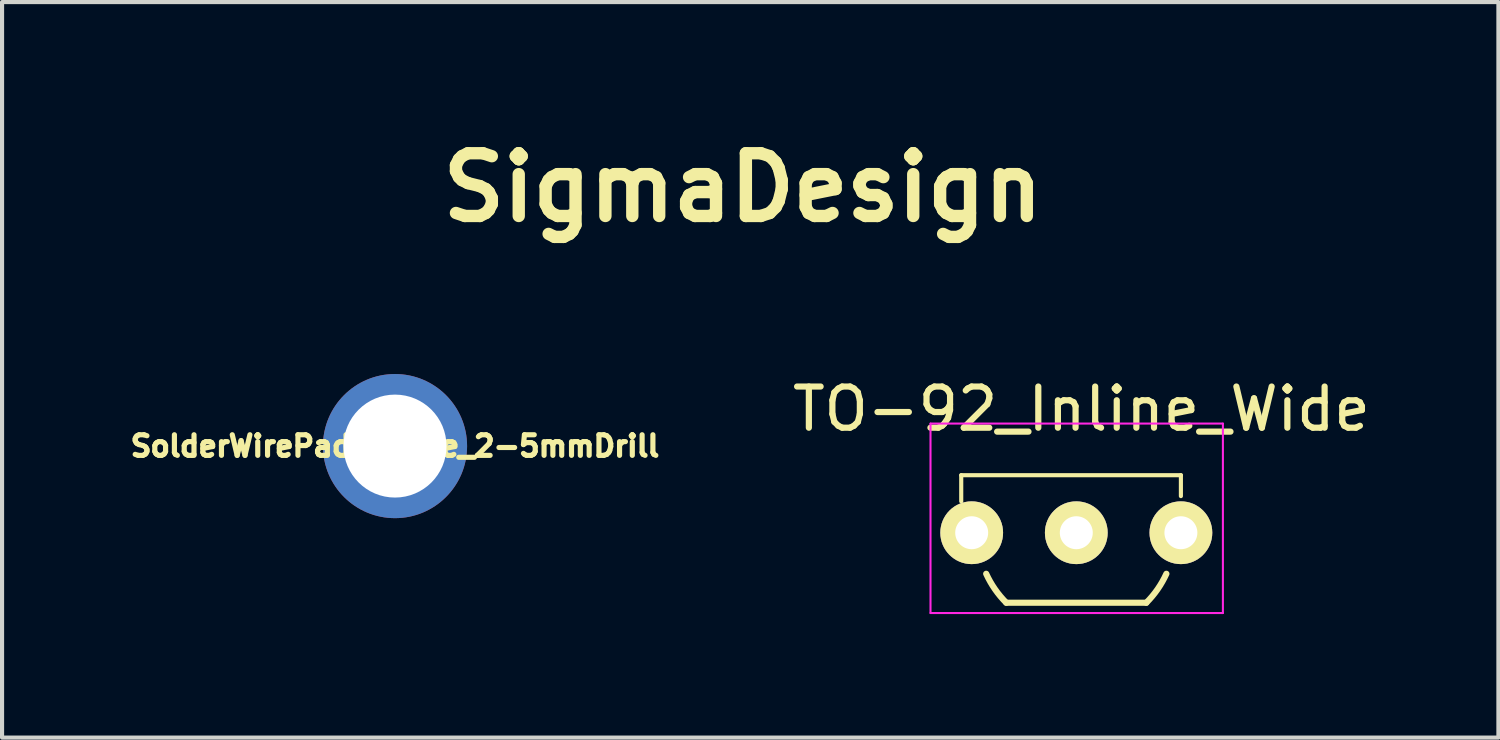
<source format=kicad_pcb>
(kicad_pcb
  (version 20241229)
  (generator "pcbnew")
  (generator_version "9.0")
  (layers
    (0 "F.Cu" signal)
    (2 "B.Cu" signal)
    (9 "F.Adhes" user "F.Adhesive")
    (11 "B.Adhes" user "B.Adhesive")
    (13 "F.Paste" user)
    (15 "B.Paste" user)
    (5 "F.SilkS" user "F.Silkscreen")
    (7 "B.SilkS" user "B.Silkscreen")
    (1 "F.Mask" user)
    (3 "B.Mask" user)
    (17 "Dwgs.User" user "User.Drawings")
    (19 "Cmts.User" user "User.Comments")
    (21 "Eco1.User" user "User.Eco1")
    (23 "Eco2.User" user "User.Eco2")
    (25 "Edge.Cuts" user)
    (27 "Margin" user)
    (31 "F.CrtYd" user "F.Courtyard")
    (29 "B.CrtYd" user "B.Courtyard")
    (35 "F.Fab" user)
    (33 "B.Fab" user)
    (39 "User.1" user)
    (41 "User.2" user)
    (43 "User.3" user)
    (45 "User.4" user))
  (footprint "SigmaDesign"
    (layer "F.Cu")
    (at 14.989 1.505)
    (property "Reference" "SigmaDesign" (at 0 0 0) (layer "F.SilkS") (effects (font (size 1.524 1.524) (thickness 0.3))))
    (attr through_hole)
    (fp_poly (pts (xy -7.052 1.494) (xy -7.71 1.494) (xy -7.71 -1.494) (xy -7.052 -1.494) (xy -7.052 1.494)) (stroke (width 0.01) (type solid)) (fill yes) (layer "F.Mask"))
    (fp_poly (pts (xy 9.024 1.494) (xy 8.606 1.494) (xy 8.606 -1.494) (xy 9.024 -1.494) (xy 9.024 1.494)) (stroke (width 0.01) (type solid)) (fill yes) (layer "F.Mask"))
    (fp_poly (pts (xy 6.395 -1.136) (xy 5.2 -1.136) (xy 5.2 -0.299) (xy 6.395 -0.299) (xy 6.395 0.06) (xy 5.2 0.06) (xy 5.2 1.136) (xy 6.395 1.136) (xy 6.395 1.494) (xy 4.781 1.494) (xy 4.781 -1.494) (xy 6.395 -1.494) (xy 6.395 -1.136)) (stroke (width 0.01) (type solid)) (fill yes) (layer "F.Mask"))
    (fp_poly (pts (xy 15.061 1.523) (xy 12.879 -0.657) (xy 12.897 0.419) (xy 12.914 1.494) (xy 12.491 1.494) (xy 12.491 0) (xy 12.493 -0.408) (xy 12.498 -0.774) (xy 12.506 -1.082) (xy 12.516 -1.314) (xy 12.528 -1.456) (xy 12.539 -1.494) (xy 12.593 -1.453) (xy 12.718 -1.339) (xy 12.904 -1.161) (xy 13.137 -0.933) (xy 13.407 -0.665) (xy 13.645 -0.426) (xy 14.702 0.641) (xy 14.702 -1.494) (xy 15.061 -1.494) (xy 15.061 1.523)) (stroke (width 0.01) (type solid)) (fill yes) (layer "F.Mask"))
    (fp_poly (pts (xy -14.09 0.579) (xy -13.961 0.648) (xy -13.807 0.746) (xy -13.628 0.857) (xy -13.403 0.984) (xy -13.159 1.112) (xy -12.924 1.228) (xy -12.725 1.318) (xy -12.589 1.368) (xy -12.556 1.375) (xy -12.473 1.418) (xy -12.461 1.434) (xy -12.486 1.471) (xy -12.599 1.49) (xy -12.768 1.491) (xy -12.962 1.477) (xy -13.152 1.449) (xy -13.305 1.408) (xy -13.325 1.4) (xy -13.518 1.299) (xy -13.71 1.174) (xy -13.723 1.164) (xy -13.848 1.048) (xy -13.975 0.9) (xy -14.081 0.749) (xy -14.146 0.626) (xy -14.15 0.563) (xy -14.09 0.579)) (stroke (width 0.01) (type solid)) (fill yes) (layer "F.Mask"))
    (fp_poly (pts (xy 3.225 -1.466) (xy 3.61 -1.384) (xy 3.92 -1.229) (xy 4.165 -0.994) (xy 4.32 -0.754) (xy 4.39 -0.595) (xy 4.431 -0.42) (xy 4.448 -0.189) (xy 4.451 0) (xy 4.419 0.425) (xy 4.318 0.764) (xy 4.137 1.036) (xy 3.865 1.258) (xy 3.705 1.35) (xy 3.554 1.402) (xy 3.336 1.444) (xy 3.078 1.474) (xy 2.81 1.492) (xy 2.558 1.495) (xy 2.351 1.483) (xy 2.216 1.453) (xy 2.181 1.425) (xy 2.173 1.344) (xy 2.166 1.161) (xy 2.166 1.152) (xy 2.57 1.152) (xy 2.983 1.122) (xy 3.273 1.083) (xy 3.508 1.018) (xy 3.59 0.98) (xy 3.791 0.839) (xy 3.923 0.682) (xy 3.998 0.478) (xy 4.03 0.2) (xy 4.034 0.011) (xy 4.03 -0.255) (xy 4.013 -0.435) (xy 3.975 -0.565) (xy 3.911 -0.679) (xy 3.891 -0.709) (xy 3.664 -0.927) (xy 3.355 -1.071) (xy 2.984 -1.133) (xy 2.914 -1.134) (xy 2.57 -1.136) (xy 2.57 1.152) (xy 2.166 1.152) (xy 2.163 0.894) (xy 2.162 0.561) (xy 2.163 0.181) (xy 2.165 -0.061) (xy 2.181 -1.464) (xy 2.749 -1.482) (xy 3.225 -1.466)) (stroke (width 0.01) (type solid)) (fill yes) (layer "F.Mask"))
    (fp_poly (pts (xy -8.546 -1.458) (xy -8.272 -1.351) (xy -8.133 -1.232) (xy -8.098 -1.157) (xy -8.127 -1.064) (xy -8.219 -0.93) (xy -8.38 -0.719) (xy -8.531 -0.837) (xy -8.707 -0.931) (xy -8.882 -0.952) (xy -9.026 -0.909) (xy -9.114 -0.811) (xy -9.117 -0.666) (xy -9.115 -0.659) (xy -9.049 -0.571) (xy -8.907 -0.443) (xy -8.717 -0.3) (xy -8.648 -0.253) (xy -8.43 -0.096) (xy -8.237 0.068) (xy -8.103 0.207) (xy -8.084 0.233) (xy -7.973 0.499) (xy -7.963 0.782) (xy -8.048 1.051) (xy -8.219 1.277) (xy -8.371 1.385) (xy -8.638 1.473) (xy -8.955 1.496) (xy -9.273 1.455) (xy -9.532 1.357) (xy -9.716 1.222) (xy -9.782 1.084) (xy -9.732 0.933) (xy -9.627 0.811) (xy -9.447 0.639) (xy -9.34 0.77) (xy -9.202 0.872) (xy -9.016 0.933) (xy -8.83 0.944) (xy -8.696 0.897) (xy -8.602 0.76) (xy -8.625 0.603) (xy -8.764 0.429) (xy -9.019 0.237) (xy -9.158 0.152) (xy -9.44 -0.036) (xy -9.62 -0.227) (xy -9.715 -0.445) (xy -9.742 -0.699) (xy -9.734 -0.901) (xy -9.695 -1.038) (xy -9.603 -1.165) (xy -9.51 -1.262) (xy -9.372 -1.391) (xy -9.257 -1.461) (xy -9.117 -1.489) (xy -8.909 -1.494) (xy -8.546 -1.458)) (stroke (width 0.01) (type solid)) (fill yes) (layer "F.Mask"))
    (fp_poly (pts (xy -5.128 -1.486) (xy -4.862 -1.436) (xy -4.763 -1.398) (xy -4.603 -1.3) (xy -4.442 -1.175) (xy -4.313 -1.053) (xy -4.246 -0.958) (xy -4.243 -0.942) (xy -4.286 -0.87) (xy -4.387 -0.766) (xy -4.508 -0.665) (xy -4.607 -0.605) (xy -4.628 -0.6) (xy -4.707 -0.636) (xy -4.819 -0.725) (xy -4.82 -0.726) (xy -5.004 -0.83) (xy -5.249 -0.883) (xy -5.506 -0.879) (xy -5.719 -0.816) (xy -5.905 -0.658) (xy -6.028 -0.427) (xy -6.09 -0.151) (xy -6.089 0.14) (xy -6.027 0.417) (xy -5.901 0.65) (xy -5.736 0.798) (xy -5.498 0.883) (xy -5.246 0.881) (xy -5.016 0.802) (xy -4.842 0.654) (xy -4.794 0.572) (xy -4.724 0.418) (xy -5.379 0.418) (xy -5.379 -0.12) (xy -4.004 -0.12) (xy -4.004 0.049) (xy -4.05 0.379) (xy -4.175 0.711) (xy -4.36 1.016) (xy -4.587 1.263) (xy -4.824 1.414) (xy -5.109 1.483) (xy -5.441 1.491) (xy -5.768 1.438) (xy -5.978 1.36) (xy -6.249 1.166) (xy -6.487 0.894) (xy -6.657 0.585) (xy -6.699 0.461) (xy -6.739 0.187) (xy -6.736 -0.131) (xy -6.694 -0.442) (xy -6.617 -0.695) (xy -6.605 -0.72) (xy -6.377 -1.055) (xy -6.078 -1.314) (xy -5.964 -1.38) (xy -5.728 -1.457) (xy -5.433 -1.493) (xy -5.128 -1.486)) (stroke (width 0.01) (type solid)) (fill yes) (layer "F.Mask"))
    (fp_poly (pts (xy 7.685 -1.485) (xy 7.839 -1.447) (xy 7.969 -1.368) (xy 8.004 -1.339) (xy 8.136 -1.219) (xy 8.178 -1.14) (xy 8.134 -1.075) (xy 8.066 -1.029) (xy 7.953 -0.984) (xy 7.843 -1.024) (xy 7.814 -1.044) (xy 7.634 -1.118) (xy 7.425 -1.132) (xy 7.239 -1.087) (xy 7.151 -1.026) (xy 7.054 -0.856) (xy 7.071 -0.686) (xy 7.204 -0.512) (xy 7.455 -0.332) (xy 7.514 -0.297) (xy 7.88 -0.053) (xy 8.142 0.208) (xy 8.296 0.477) (xy 8.34 0.748) (xy 8.272 1.013) (xy 8.088 1.265) (xy 8.067 1.286) (xy 7.949 1.384) (xy 7.826 1.44) (xy 7.654 1.468) (xy 7.484 1.479) (xy 7.216 1.48) (xy 7.033 1.448) (xy 6.933 1.401) (xy 6.782 1.277) (xy 6.671 1.154) (xy 6.599 1.045) (xy 6.602 0.973) (xy 6.682 0.881) (xy 6.683 0.881) (xy 6.806 0.757) (xy 6.983 0.946) (xy 7.121 1.07) (xy 7.263 1.125) (xy 7.435 1.136) (xy 7.692 1.095) (xy 7.864 0.979) (xy 7.944 0.793) (xy 7.949 0.722) (xy 7.94 0.576) (xy 7.901 0.461) (xy 7.815 0.354) (xy 7.662 0.237) (xy 7.426 0.087) (xy 7.374 0.055) (xy 7.08 -0.136) (xy 6.882 -0.305) (xy 6.762 -0.474) (xy 6.705 -0.664) (xy 6.694 -0.84) (xy 6.713 -1.022) (xy 6.786 -1.168) (xy 6.897 -1.291) (xy 7.024 -1.406) (xy 7.139 -1.467) (xy 7.29 -1.491) (xy 7.46 -1.494) (xy 7.685 -1.485)) (stroke (width 0.01) (type solid)) (fill yes) (layer "F.Mask"))
    (fp_poly (pts (xy -12.358 -1.441) (xy -12.004 -1.294) (xy -11.708 -1.068) (xy -11.479 -0.781) (xy -11.324 -0.449) (xy -11.254 -0.088) (xy -11.277 0.284) (xy -11.403 0.651) (xy -11.505 0.824) (xy -11.656 1.046) (xy -11.521 1.085) (xy -11.337 1.119) (xy -11.124 1.132) (xy -10.917 1.125) (xy -10.752 1.1) (xy -10.666 1.058) (xy -10.662 1.051) (xy -10.669 0.925) (xy -10.75 0.742) (xy -10.892 0.526) (xy -11.004 0.389) (xy -11.114 0.252) (xy -11.145 0.188) (xy -11.109 0.193) (xy -11.017 0.261) (xy -10.88 0.388) (xy -10.798 0.473) (xy -10.596 0.713) (xy -10.492 0.904) (xy -10.481 1.06) (xy -10.56 1.195) (xy -10.603 1.235) (xy -10.721 1.317) (xy -10.86 1.358) (xy -11.062 1.371) (xy -11.135 1.37) (xy -11.394 1.35) (xy -11.694 1.301) (xy -11.922 1.247) (xy -12.403 1.083) (xy -12.896 0.866) (xy -13.382 0.609) (xy -13.839 0.324) (xy -14.248 0.026) (xy -14.587 -0.273) (xy -14.836 -0.56) (xy -14.886 -0.635) (xy -14.983 -0.867) (xy -14.984 -1.076) (xy -14.893 -1.24) (xy -14.797 -1.307) (xy -14.678 -1.35) (xy -14.541 -1.36) (xy -14.347 -1.34) (xy -14.214 -1.317) (xy -14.012 -1.275) (xy -13.866 -1.234) (xy -13.806 -1.202) (xy -13.806 -1.201) (xy -13.86 -1.182) (xy -14 -1.177) (xy -14.162 -1.184) (xy -14.486 -1.192) (xy -14.7 -1.158) (xy -14.804 -1.08) (xy -14.802 -0.953) (xy -14.696 -0.773) (xy -14.54 -0.59) (xy -14.257 -0.288) (xy -14.18 -0.52) (xy -14.006 -0.862) (xy -13.742 -1.144) (xy -13.409 -1.352) (xy -13.027 -1.471) (xy -12.76 -1.494) (xy -12.358 -1.441)) (stroke (width 0.01) (type solid)) (fill yes) (layer "F.Mask"))
    (fp_poly (pts (xy 11.092 -1.479) (xy 11.382 -1.417) (xy 11.628 -1.288) (xy 11.86 -1.081) (xy 11.966 -0.963) (xy 11.997 -0.895) (xy 11.96 -0.84) (xy 11.919 -0.809) (xy 11.766 -0.727) (xy 11.664 -0.753) (xy 11.634 -0.804) (xy 11.534 -0.918) (xy 11.348 -1.019) (xy 11.107 -1.095) (xy 10.844 -1.133) (xy 10.769 -1.136) (xy 10.423 -1.091) (xy 10.143 -0.952) (xy 9.91 -0.709) (xy 9.883 -0.67) (xy 9.743 -0.363) (xy 9.694 -0.017) (xy 9.735 0.332) (xy 9.866 0.644) (xy 9.883 0.67) (xy 10.107 0.907) (xy 10.386 1.06) (xy 10.695 1.13) (xy 11.009 1.115) (xy 11.302 1.014) (xy 11.55 0.827) (xy 11.639 0.717) (xy 11.75 0.533) (xy 11.778 0.412) (xy 11.713 0.339) (xy 11.546 0.301) (xy 11.34 0.287) (xy 11.117 0.275) (xy 10.988 0.257) (xy 10.926 0.223) (xy 10.908 0.162) (xy 10.907 0.12) (xy 10.911 0.054) (xy 10.935 0.01) (xy 11.002 -0.016) (xy 11.132 -0.032) (xy 11.345 -0.041) (xy 11.557 -0.047) (xy 12.207 -0.064) (xy 12.18 0.258) (xy 12.096 0.627) (xy 11.92 0.964) (xy 11.669 1.236) (xy 11.581 1.301) (xy 11.432 1.388) (xy 11.282 1.44) (xy 11.091 1.467) (xy 10.852 1.48) (xy 10.575 1.482) (xy 10.377 1.461) (xy 10.217 1.414) (xy 10.134 1.375) (xy 9.863 1.208) (xy 9.662 1.006) (xy 9.491 0.729) (xy 9.465 0.677) (xy 9.381 0.485) (xy 9.338 0.315) (xy 9.326 0.115) (xy 9.332 -0.08) (xy 9.403 -0.513) (xy 9.572 -0.878) (xy 9.84 -1.181) (xy 9.972 -1.283) (xy 10.118 -1.376) (xy 10.257 -1.433) (xy 10.428 -1.465) (xy 10.672 -1.483) (xy 10.724 -1.485) (xy 11.092 -1.479)) (stroke (width 0.01) (type solid)) (fill yes) (layer "F.Mask"))
    (fp_poly (pts (xy -1.047 -1.464) (xy -0.885 -0.299) (xy -0.833 0.081) (xy -0.783 0.438) (xy -0.739 0.748) (xy -0.705 0.988) (xy -0.684 1.134) (xy -0.684 1.136) (xy -0.671 1.214) (xy -0.655 1.258) (xy -0.631 1.257) (xy -0.596 1.201) (xy -0.544 1.078) (xy -0.47 0.879) (xy -0.37 0.594) (xy -0.256 0.26) (xy 0.418 0.26) (xy 0.472 0.281) (xy 0.612 0.295) (xy 0.751 0.299) (xy 0.951 0.29) (xy 1.04 0.262) (xy 1.041 0.232) (xy 1.007 0.146) (xy 0.952 -0.023) (xy 0.887 -0.245) (xy 0.865 -0.321) (xy 0.801 -0.528) (xy 0.745 -0.67) (xy 0.706 -0.725) (xy 0.697 -0.717) (xy 0.66 -0.605) (xy 0.607 -0.427) (xy 0.546 -0.219) (xy 0.488 -0.014) (xy 0.443 0.154) (xy 0.42 0.251) (xy 0.418 0.26) (xy -0.256 0.26) (xy -0.239 0.211) (xy -0.157 -0.03) (xy 0.33 -1.464) (xy 0.718 -1.481) (xy 1.106 -1.498) (xy 1.584 -0.085) (xy 1.716 0.307) (xy 1.836 0.664) (xy 1.938 0.97) (xy 2.016 1.207) (xy 2.066 1.361) (xy 2.081 1.411) (xy 2.064 1.459) (xy 1.97 1.485) (xy 1.779 1.494) (xy 1.745 1.494) (xy 1.39 1.494) (xy 1.216 0.867) (xy 0.731 0.849) (xy 0.247 0.832) (xy 0.142 1.165) (xy 0.037 1.498) (xy -1.285 1.464) (xy -1.408 0.478) (xy -1.451 0.154) (xy -1.492 -0.108) (xy -1.528 -0.294) (xy -1.556 -0.388) (xy -1.57 -0.388) (xy -1.6 -0.288) (xy -1.654 -0.098) (xy -1.726 0.156) (xy -1.807 0.449) (xy -1.823 0.508) (xy -1.905 0.804) (xy -1.978 1.064) (xy -2.034 1.264) (xy -2.066 1.379) (xy -2.069 1.39) (xy -2.143 1.47) (xy -2.301 1.494) (xy -2.464 1.468) (xy -2.533 1.39) (xy -2.558 1.296) (xy -2.608 1.111) (xy -2.676 0.858) (xy -2.755 0.561) (xy -2.786 0.448) (xy -2.896 0.047) (xy -2.982 -0.238) (xy -3.046 -0.409) (xy -3.086 -0.466) (xy -3.105 -0.412) (xy -3.107 -0.356) (xy -3.113 -0.245) (xy -3.132 -0.041) (xy -3.16 0.229) (xy -3.195 0.539) (xy -3.207 0.642) (xy -3.309 1.494) (xy -3.627 1.494) (xy -3.836 1.482) (xy -3.934 1.443) (xy -3.942 1.419) (xy -3.934 1.341) (xy -3.911 1.162) (xy -3.876 0.899) (xy -3.832 0.571) (xy -3.78 0.194) (xy -3.745 -0.06) (xy -3.55 -1.464) (xy -3.158 -1.482) (xy -2.765 -1.499) (xy -2.534 -0.658) (xy -2.302 0.184) (xy -2.201 -0.132) (xy -2.136 -0.34) (xy -2.052 -0.613) (xy -1.966 -0.899) (xy -1.944 -0.974) (xy -1.787 -1.5) (xy -1.047 -1.464)) (stroke (width 0.01) (type solid)) (fill yes) (layer "F.Mask")))
  (footprint "TO-92_Inline_Wide"
    (layer "F.Cu")
    (at 20.545 9.886)
    (property "Reference" "TO-92_Inline_Wide" (at 2.665 -3.005 180) (layer "F.SilkS") (effects (font (size 1 1) (thickness 0.15))))
    (attr through_hole)
    (fp_line (start -0.254 -1.397) (end 5.08 -1.397) (stroke (width 0.1) (type solid)) (layer "F.SilkS"))
    (fp_line (start -0.254 -0.762) (end -0.254 -1.397) (stroke (width 0.1) (type solid)) (layer "F.SilkS"))
    (fp_line (start 0.84 1.7) (end 4.24 1.7) (stroke (width 0.15) (type solid)) (layer "F.SilkS"))
    (fp_line (start 5.08 -1.397) (end 5.08 -0.889) (stroke (width 0.1) (type solid)) (layer "F.SilkS"))
    (fp_arc (start 0.84 1.7) (mid 0.564627 1.370365) (end 0.352305 0.99699) (stroke (width 0.15) (type solid)) (layer "F.SilkS"))
    (fp_arc (start 4.727695 0.99699) (mid 4.515373 1.370365) (end 4.24 1.7) (stroke (width 0.15) (type solid)) (layer "F.SilkS"))
    (fp_line (start -1 -2.65) (end 6.1 -2.65) (stroke (width 0.05) (type solid)) (layer "F.CrtYd"))
    (fp_line (start -1 1.95) (end -1 -2.65) (stroke (width 0.05) (type solid)) (layer "F.CrtYd"))
    (fp_line (start -1 1.95) (end 6.1 1.95) (stroke (width 0.05) (type solid)) (layer "F.CrtYd"))
    (fp_line (start 6.1 1.95) (end 6.1 -2.65) (stroke (width 0.05) (type solid)) (layer "F.CrtYd"))
    (pad "1" thru_hole circle (at 0 0 90) (size 1.524 1.524) (drill 0.8) (layers "*.Cu" "*.Mask" "F.SilkS"))
    (pad "2" thru_hole circle (at 2.54 0 90) (size 1.524 1.524) (drill 0.8) (layers "*.Cu" "*.Mask" "F.SilkS"))
    (pad "3" thru_hole circle (at 5.08 0 90) (size 1.524 1.524) (drill 0.8) (layers "*.Cu" "*.Mask" "F.SilkS")))
  (footprint "SolderWirePad_single_2-5mmDrill"
    (layer "F.Cu")
    (at 6.542 7.782)
    (property "Reference" "SolderWirePad_single_2-5mmDrill" (at 0 0 0) (layer "F.SilkS") (effects (font (size 0.5 0.5) (thickness 0.125))))
    (attr through_hole)
    (pad "" thru_hole circle (at 0 0) (size 3.5 3.5) (drill 2.5) (layers "*.Cu" "*.Mask")))
  (gr_rect
    (start -3 -3)
    (end 33.335 14.861)
    (stroke (width 0.1) (type default))
    (fill no)
    (layer "Edge.Cuts")))
</source>
